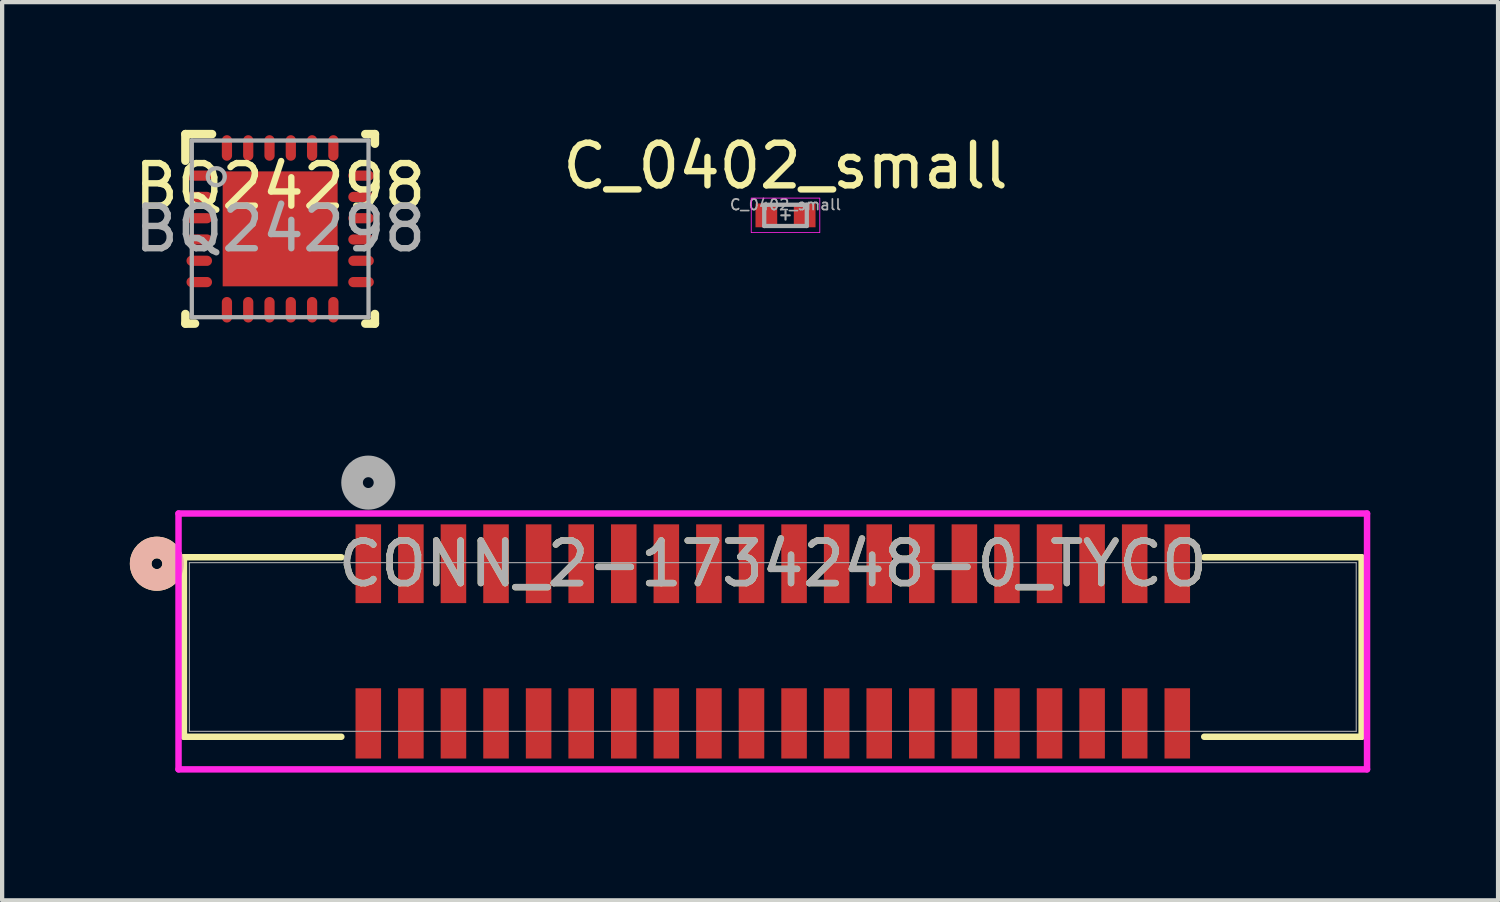
<source format=kicad_pcb>
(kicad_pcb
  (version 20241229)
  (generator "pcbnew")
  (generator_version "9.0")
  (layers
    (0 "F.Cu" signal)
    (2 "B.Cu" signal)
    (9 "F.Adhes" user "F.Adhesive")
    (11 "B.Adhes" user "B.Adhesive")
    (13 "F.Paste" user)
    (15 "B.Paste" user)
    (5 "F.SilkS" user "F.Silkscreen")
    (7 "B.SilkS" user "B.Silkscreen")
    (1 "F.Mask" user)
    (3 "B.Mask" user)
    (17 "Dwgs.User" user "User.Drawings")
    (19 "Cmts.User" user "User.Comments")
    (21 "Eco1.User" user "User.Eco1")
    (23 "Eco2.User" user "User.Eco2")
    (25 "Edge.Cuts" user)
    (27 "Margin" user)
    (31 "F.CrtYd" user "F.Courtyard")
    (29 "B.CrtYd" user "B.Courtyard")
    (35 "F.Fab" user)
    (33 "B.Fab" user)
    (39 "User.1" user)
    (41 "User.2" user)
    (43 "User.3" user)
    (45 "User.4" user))
  (footprint "CONN_2-1734248-0_TYCO"
    (layer "F.Cu")
    (at 5.6 10.19)
    (property "Reference" "CONN_2-1734248-0_TYCO" (at 9.5 0 0) (unlocked yes) (layer "F.SilkS") (effects (font (size 1 1) (thickness 0.15))))
    (attr smd)
    (fp_line (start -4.33 -0.152) (end -4.33 4.064) (stroke (width 0.152) (type solid)) (layer "F.SilkS"))
    (fp_line (start -4.33 4.064) (end -0.633 4.064) (stroke (width 0.152) (type solid)) (layer "F.SilkS"))
    (fp_line (start -0.633 -0.152) (end -4.33 -0.152) (stroke (width 0.152) (type solid)) (layer "F.SilkS"))
    (fp_line (start 19.633 4.064) (end 23.33 4.064) (stroke (width 0.152) (type solid)) (layer "F.SilkS"))
    (fp_line (start 23.33 -0.152) (end 19.633 -0.152) (stroke (width 0.152) (type solid)) (layer "F.SilkS"))
    (fp_line (start 23.33 4.064) (end 23.33 -0.152) (stroke (width 0.152) (type solid)) (layer "F.SilkS"))
    (fp_circle (center -4.965 0) (end -4.584 0) (stroke (width 0.508) (type solid)) (fill no) (layer "F.SilkS"))
    (fp_circle (center -4.965 0) (end -4.584 0) (stroke (width 0.508) (type solid)) (fill no) (layer "B.SilkS"))
    (fp_line (start -4.457 -1.179) (end -4.457 4.829) (stroke (width 0.152) (type solid)) (layer "F.CrtYd"))
    (fp_line (start -4.457 4.829) (end 23.457 4.829) (stroke (width 0.152) (type solid)) (layer "F.CrtYd"))
    (fp_line (start 23.457 -1.179) (end -4.457 -1.179) (stroke (width 0.152) (type solid)) (layer "F.CrtYd"))
    (fp_line (start 23.457 4.829) (end 23.457 -1.179) (stroke (width 0.152) (type solid)) (layer "F.CrtYd"))
    (fp_line (start -4.203 -0.025) (end -4.203 3.937) (stroke (width 0.025) (type solid)) (layer "F.Fab"))
    (fp_line (start -4.203 3.937) (end 23.203 3.937) (stroke (width 0.025) (type solid)) (layer "F.Fab"))
    (fp_line (start 23.203 -0.025) (end -4.203 -0.025) (stroke (width 0.025) (type solid)) (layer "F.Fab"))
    (fp_line (start 23.203 3.937) (end 23.203 -0.025) (stroke (width 0.025) (type solid)) (layer "F.Fab"))
    (fp_circle (center 0 -1.905) (end 0.381 -1.905) (stroke (width 0.508) (type solid)) (fill no) (layer "F.Fab"))
    (fp_text user "${REFERENCE}" (at 9.5 0 0) (unlocked yes) (layer "F.Fab") (effects (font (size 1 1) (thickness 0.15))))
    (pad "1" smd rect (at 0 0) (size 0.6 1.85) (layers "F.Cu" "F.Mask" "F.Paste"))
    (pad "2" smd rect (at 1 0) (size 0.6 1.85) (layers "F.Cu" "F.Mask" "F.Paste"))
    (pad "3" smd rect (at 2 0) (size 0.6 1.85) (layers "F.Cu" "F.Mask" "F.Paste"))
    (pad "4" smd rect (at 3 0) (size 0.6 1.85) (layers "F.Cu" "F.Mask" "F.Paste"))
    (pad "5" smd rect (at 4 0) (size 0.6 1.85) (layers "F.Cu" "F.Mask" "F.Paste"))
    (pad "6" smd rect (at 5 0) (size 0.6 1.85) (layers "F.Cu" "F.Mask" "F.Paste"))
    (pad "7" smd rect (at 6 0) (size 0.6 1.85) (layers "F.Cu" "F.Mask" "F.Paste"))
    (pad "8" smd rect (at 7 0) (size 0.6 1.85) (layers "F.Cu" "F.Mask" "F.Paste"))
    (pad "9" smd rect (at 8 0) (size 0.6 1.85) (layers "F.Cu" "F.Mask" "F.Paste"))
    (pad "10" smd rect (at 9 0) (size 0.6 1.85) (layers "F.Cu" "F.Mask" "F.Paste"))
    (pad "11" smd rect (at 10 0) (size 0.6 1.85) (layers "F.Cu" "F.Mask" "F.Paste"))
    (pad "12" smd rect (at 11 0) (size 0.6 1.85) (layers "F.Cu" "F.Mask" "F.Paste"))
    (pad "13" smd rect (at 12 0) (size 0.6 1.85) (layers "F.Cu" "F.Mask" "F.Paste"))
    (pad "14" smd rect (at 13 0) (size 0.6 1.85) (layers "F.Cu" "F.Mask" "F.Paste"))
    (pad "15" smd rect (at 14 0) (size 0.6 1.85) (layers "F.Cu" "F.Mask" "F.Paste"))
    (pad "16" smd rect (at 15 0) (size 0.6 1.85) (layers "F.Cu" "F.Mask" "F.Paste"))
    (pad "17" smd rect (at 16 0) (size 0.6 1.85) (layers "F.Cu" "F.Mask" "F.Paste"))
    (pad "18" smd rect (at 17 0) (size 0.6 1.85) (layers "F.Cu" "F.Mask" "F.Paste"))
    (pad "19" smd rect (at 18 0) (size 0.6 1.85) (layers "F.Cu" "F.Mask" "F.Paste"))
    (pad "20" smd rect (at 19 0) (size 0.6 1.85) (layers "F.Cu" "F.Mask" "F.Paste"))
    (pad "21" smd rect (at 0 3.75) (size 0.6 1.65) (layers "F.Cu" "F.Mask" "F.Paste"))
    (pad "22" smd rect (at 1 3.75) (size 0.6 1.65) (layers "F.Cu" "F.Mask" "F.Paste"))
    (pad "23" smd rect (at 2 3.75) (size 0.6 1.65) (layers "F.Cu" "F.Mask" "F.Paste"))
    (pad "24" smd rect (at 3 3.75) (size 0.6 1.65) (layers "F.Cu" "F.Mask" "F.Paste"))
    (pad "25" smd rect (at 4 3.75) (size 0.6 1.65) (layers "F.Cu" "F.Mask" "F.Paste"))
    (pad "26" smd rect (at 5 3.75) (size 0.6 1.65) (layers "F.Cu" "F.Mask" "F.Paste"))
    (pad "27" smd rect (at 6 3.75) (size 0.6 1.65) (layers "F.Cu" "F.Mask" "F.Paste"))
    (pad "28" smd rect (at 7 3.75) (size 0.6 1.65) (layers "F.Cu" "F.Mask" "F.Paste"))
    (pad "29" smd rect (at 8 3.75) (size 0.6 1.65) (layers "F.Cu" "F.Mask" "F.Paste"))
    (pad "30" smd rect (at 9 3.75) (size 0.6 1.65) (layers "F.Cu" "F.Mask" "F.Paste"))
    (pad "31" smd rect (at 10 3.75) (size 0.6 1.65) (layers "F.Cu" "F.Mask" "F.Paste"))
    (pad "32" smd rect (at 11 3.75) (size 0.6 1.65) (layers "F.Cu" "F.Mask" "F.Paste"))
    (pad "33" smd rect (at 12 3.75) (size 0.6 1.65) (layers "F.Cu" "F.Mask" "F.Paste"))
    (pad "34" smd rect (at 13 3.75) (size 0.6 1.65) (layers "F.Cu" "F.Mask" "F.Paste"))
    (pad "35" smd rect (at 14 3.75) (size 0.6 1.65) (layers "F.Cu" "F.Mask" "F.Paste"))
    (pad "36" smd rect (at 15 3.75) (size 0.6 1.65) (layers "F.Cu" "F.Mask" "F.Paste"))
    (pad "37" smd rect (at 16 3.75) (size 0.6 1.65) (layers "F.Cu" "F.Mask" "F.Paste"))
    (pad "38" smd rect (at 17 3.75) (size 0.6 1.65) (layers "F.Cu" "F.Mask" "F.Paste"))
    (pad "39" smd rect (at 18 3.75) (size 0.6 1.65) (layers "F.Cu" "F.Mask" "F.Paste"))
    (pad "40" smd rect (at 19 3.75) (size 0.6 1.65) (layers "F.Cu" "F.Mask" "F.Paste")))
  (footprint "BQ24298"
    (layer "F.Cu")
    (at 3.53 2.325)
    (property "Reference" "BQ24298" (at 0 -1 0) (unlocked yes) (layer "F.SilkS") (effects (font (size 1 1) (thickness 0.15))))
    (attr smd)
    (fp_line (start -2.225 -2.225) (end -1.6 -2.225) (stroke (width 0.2) (type solid)) (layer "F.SilkS"))
    (fp_line (start -2.225 -1.6) (end -2.225 -2.225) (stroke (width 0.2) (type solid)) (layer "F.SilkS"))
    (fp_line (start -2.225 2.225) (end -2.225 2) (stroke (width 0.2) (type solid)) (layer "F.SilkS"))
    (fp_line (start -2.225 2.225) (end -2 2.225) (stroke (width 0.2) (type solid)) (layer "F.SilkS"))
    (fp_line (start 2 -2.225) (end 2.225 -2.225) (stroke (width 0.2) (type solid)) (layer "F.SilkS"))
    (fp_line (start 2 2.225) (end 2.225 2.225) (stroke (width 0.2) (type solid)) (layer "F.SilkS"))
    (fp_line (start 2.225 -2) (end 2.225 -2.225) (stroke (width 0.2) (type solid)) (layer "F.SilkS"))
    (fp_line (start 2.225 2.225) (end 2.225 2) (stroke (width 0.2) (type solid)) (layer "F.SilkS"))
    (fp_poly (pts (xy -0.1 -1.288) (xy -1.288 -1.288) (xy -1.288 -0.1) (xy -0.1 -0.1)) (stroke (width 0) (type solid)) (fill yes) (layer "F.Paste"))
    (fp_poly (pts (xy -0.1 0.1) (xy -1.288 0.1) (xy -1.288 1.288) (xy -0.1 1.288)) (stroke (width 0) (type solid)) (fill yes) (layer "F.Paste"))
    (fp_poly (pts (xy 0.1 -0.1) (xy 1.288 -0.1) (xy 1.288 -1.288) (xy 0.1 -1.288)) (stroke (width 0) (type solid)) (fill yes) (layer "F.Paste"))
    (fp_poly (pts (xy 0.1 1.288) (xy 1.288 1.288) (xy 1.288 0.1) (xy 0.1 0.1)) (stroke (width 0) (type solid)) (fill yes) (layer "F.Paste"))
    (fp_line (start -2.075 -2.075) (end 2.075 -2.075) (stroke (width 0.1) (type solid)) (layer "F.Fab"))
    (fp_line (start -2.075 2.075) (end -2.075 -2.075) (stroke (width 0.1) (type solid)) (layer "F.Fab"))
    (fp_line (start -2.075 2.075) (end 2.075 2.075) (stroke (width 0.1) (type solid)) (layer "F.Fab"))
    (fp_line (start 2.075 2.075) (end 2.075 -2.075) (stroke (width 0.1) (type solid)) (layer "F.Fab"))
    (fp_circle (center -1.5 -1.225) (end -1.3 -1.225) (stroke (width 0.1) (type solid)) (fill no) (layer "F.Fab"))
    (fp_text user "${REFERENCE}" (at 0 0 0) (unlocked yes) (layer "F.Fab") (effects (font (size 1 1) (thickness 0.15))))
    (pad "1" smd oval (at -1.9 -1.25 90) (size 0.24 0.6) (layers "F.Cu" "F.Mask" "F.Paste"))
    (pad "2" smd oval (at -1.9 -0.75 90) (size 0.24 0.6) (layers "F.Cu" "F.Mask" "F.Paste"))
    (pad "3" smd oval (at -1.9 -0.25 90) (size 0.24 0.6) (layers "F.Cu" "F.Mask" "F.Paste"))
    (pad "4" smd oval (at -1.9 0.25 90) (size 0.24 0.6) (layers "F.Cu" "F.Mask" "F.Paste"))
    (pad "5" smd oval (at -1.9 0.75 90) (size 0.24 0.6) (layers "F.Cu" "F.Mask" "F.Paste"))
    (pad "6" smd oval (at -1.9 1.25 90) (size 0.24 0.6) (layers "F.Cu" "F.Mask" "F.Paste"))
    (pad "7" smd oval (at -1.25 1.9) (size 0.24 0.6) (layers "F.Cu" "F.Mask" "F.Paste"))
    (pad "8" smd oval (at -0.75 1.9) (size 0.24 0.6) (layers "F.Cu" "F.Mask" "F.Paste"))
    (pad "9" smd oval (at -0.25 1.9) (size 0.24 0.6) (layers "F.Cu" "F.Mask" "F.Paste"))
    (pad "10" smd oval (at 0.25 1.9) (size 0.24 0.6) (layers "F.Cu" "F.Mask" "F.Paste"))
    (pad "11" smd oval (at 0.75 1.9) (size 0.24 0.6) (layers "F.Cu" "F.Mask" "F.Paste"))
    (pad "12" smd oval (at 1.25 1.9) (size 0.24 0.6) (layers "F.Cu" "F.Mask" "F.Paste"))
    (pad "13" smd oval (at 1.9 1.25 90) (size 0.24 0.6) (layers "F.Cu" "F.Mask" "F.Paste"))
    (pad "14" smd oval (at 1.9 0.75 90) (size 0.24 0.6) (layers "F.Cu" "F.Mask" "F.Paste"))
    (pad "15" smd oval (at 1.9 0.25 90) (size 0.24 0.6) (layers "F.Cu" "F.Mask" "F.Paste"))
    (pad "16" smd oval (at 1.9 -0.25 90) (size 0.24 0.6) (layers "F.Cu" "F.Mask" "F.Paste"))
    (pad "17" smd oval (at 1.9 -0.75 90) (size 0.24 0.6) (layers "F.Cu" "F.Mask" "F.Paste"))
    (pad "18" smd oval (at 1.9 -1.25 90) (size 0.24 0.6) (layers "F.Cu" "F.Mask" "F.Paste"))
    (pad "19" smd oval (at 1.25 -1.9) (size 0.24 0.6) (layers "F.Cu" "F.Mask" "F.Paste"))
    (pad "20" smd oval (at 0.75 -1.9) (size 0.24 0.6) (layers "F.Cu" "F.Mask" "F.Paste"))
    (pad "21" smd oval (at 0.25 -1.9) (size 0.24 0.6) (layers "F.Cu" "F.Mask" "F.Paste"))
    (pad "22" smd oval (at -0.25 -1.9) (size 0.24 0.6) (layers "F.Cu" "F.Mask" "F.Paste"))
    (pad "23" smd oval (at -0.75 -1.9) (size 0.24 0.6) (layers "F.Cu" "F.Mask" "F.Paste"))
    (pad "24" smd oval (at -1.25 -1.9) (size 0.24 0.6) (layers "F.Cu" "F.Mask" "F.Paste"))
    (pad "25" smd rect (at 0 0) (size 2.7 2.7) (layers "F.Cu" "F.Mask")))
  (footprint "C_0402_small"
    (layer "F.Cu")
    (at 15.399 2.008)
    (property "Reference" "C_0402_small" (at 0 -1.16 0) (layer "F.SilkS") (effects (font (size 1 1) (thickness 0.15))))
    (attr smd)
    (fp_rect (start -0.805 -0.405) (end 0.805 0.405) (stroke (width 0.02) (type solid)) (fill no) (layer "F.CrtYd"))
    (fp_line (start -0.5 -0.25) (end 0.5 -0.25) (stroke (width 0.1) (type solid)) (layer "F.Fab"))
    (fp_line (start -0.5 0.25) (end -0.5 -0.25) (stroke (width 0.1) (type solid)) (layer "F.Fab"))
    (fp_line (start -0.1 0) (end 0.1 0) (stroke (width 0.05) (type solid)) (layer "F.Fab"))
    (fp_line (start 0 0.1) (end 0 -0.1) (stroke (width 0.05) (type solid)) (layer "F.Fab"))
    (fp_line (start 0.5 -0.25) (end 0.5 0.25) (stroke (width 0.1) (type solid)) (layer "F.Fab"))
    (fp_line (start 0.5 0.25) (end -0.5 0.25) (stroke (width 0.1) (type solid)) (layer "F.Fab"))
    (fp_text user "${REFERENCE}" (at 0 -0.25 0) (layer "F.Fab") (effects (font (size 0.25 0.25) (thickness 0.04))))
    (pad "1" smd rect (at -0.45 0) (size 0.51 0.56) (layers "F.Cu" "F.Mask" "F.Paste"))
    (pad "2" smd rect (at 0.45 0) (size 0.51 0.56) (layers "F.Cu" "F.Mask" "F.Paste")))
  (gr_rect
    (start -3 -3)
    (end 32.134 18.095)
    (stroke (width 0.1) (type default))
    (fill no)
    (layer "Edge.Cuts")))
</source>
